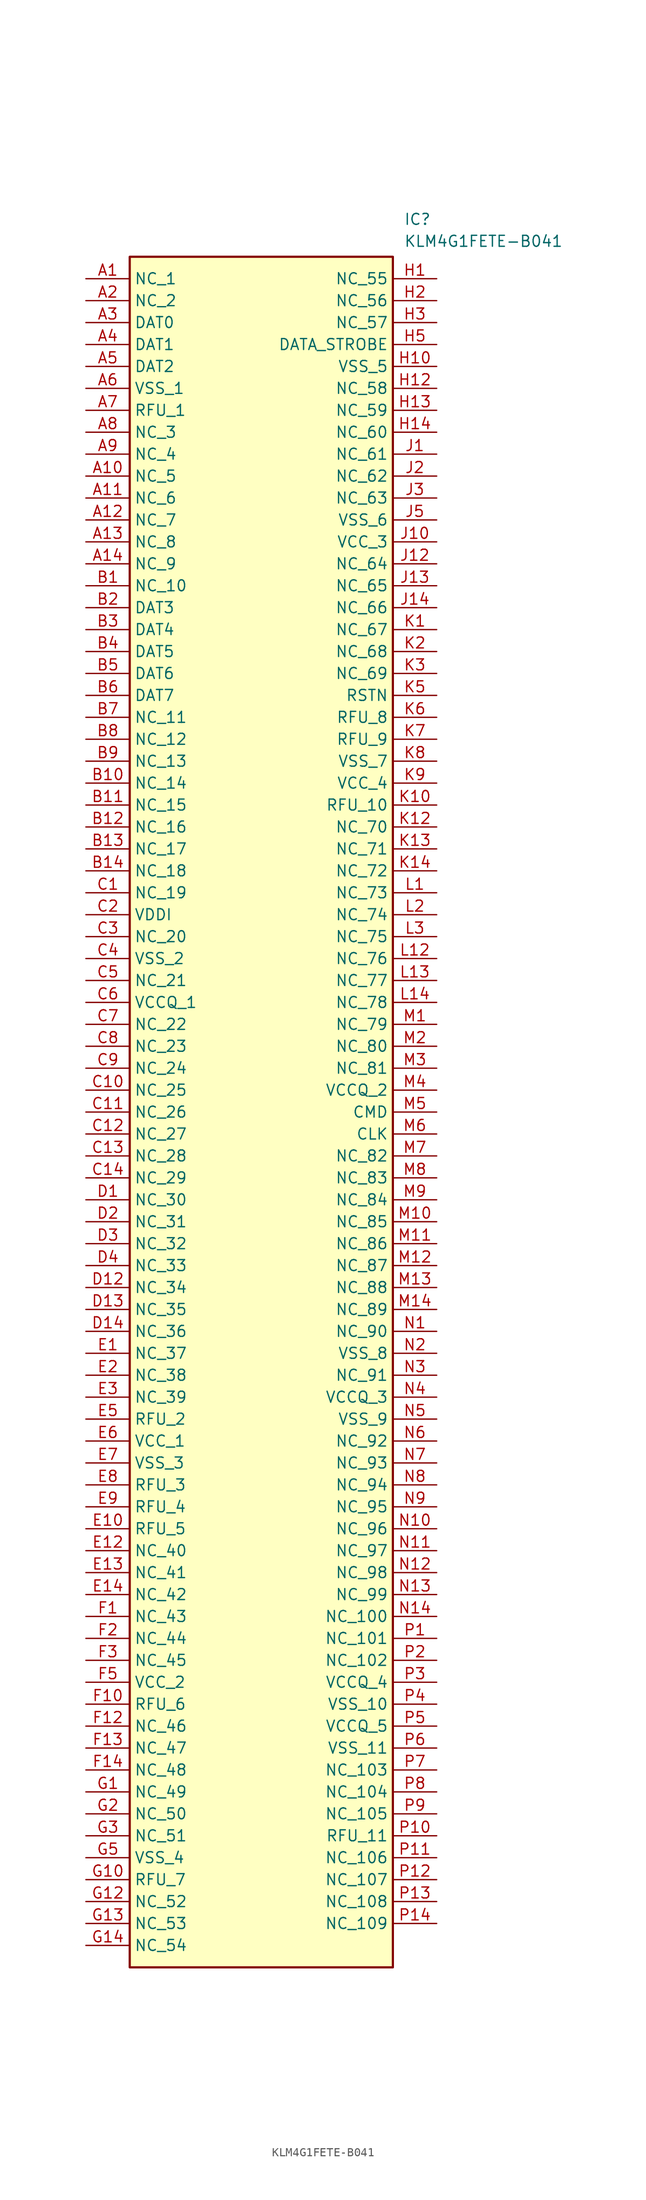
<source format=kicad_sym>
(kicad_symbol_lib
  (version 20211014)
  (generator SamacSys_ECAD_Model)
  (symbol "KLM4G1FETE-B041"
    (property "Reference" "IC"
      (at 36.83 7.62 0)
      (effects (font (size 1.27 1.27)) (justify left top)))
    (property "Value" "KLM4G1FETE-B041"
      (at 36.83 5.08 0)
      (effects (font (size 1.27 1.27)) (justify left top)))
    (rectangle
      (start 5.08 2.54)
      (end 35.56 -195.58)
      (stroke (width 0.254) (type default))
      (fill (type background)))
    (pin passive line
      (at 0 0 0)
      (length 5.08)
      (name "NC_1" (effects (font (size 1.27 1.27))))
      (number "A1" (effects (font (size 1.27 1.27)))))
    (pin passive line
      (at 0 -2.54 0)
      (length 5.08)
      (name "NC_2" (effects (font (size 1.27 1.27))))
      (number "A2" (effects (font (size 1.27 1.27)))))
    (pin passive line
      (at 0 -5.08 0)
      (length 5.08)
      (name "DAT0" (effects (font (size 1.27 1.27))))
      (number "A3" (effects (font (size 1.27 1.27)))))
    (pin passive line
      (at 0 -7.62 0)
      (length 5.08)
      (name "DAT1" (effects (font (size 1.27 1.27))))
      (number "A4" (effects (font (size 1.27 1.27)))))
    (pin passive line
      (at 0 -10.16 0)
      (length 5.08)
      (name "DAT2" (effects (font (size 1.27 1.27))))
      (number "A5" (effects (font (size 1.27 1.27)))))
    (pin passive line
      (at 0 -12.7 0)
      (length 5.08)
      (name "VSS_1" (effects (font (size 1.27 1.27))))
      (number "A6" (effects (font (size 1.27 1.27)))))
    (pin passive line
      (at 0 -15.24 0)
      (length 5.08)
      (name "RFU_1" (effects (font (size 1.27 1.27))))
      (number "A7" (effects (font (size 1.27 1.27)))))
    (pin passive line
      (at 0 -17.78 0)
      (length 5.08)
      (name "NC_3" (effects (font (size 1.27 1.27))))
      (number "A8" (effects (font (size 1.27 1.27)))))
    (pin passive line
      (at 0 -20.32 0)
      (length 5.08)
      (name "NC_4" (effects (font (size 1.27 1.27))))
      (number "A9" (effects (font (size 1.27 1.27)))))
    (pin passive line
      (at 0 -22.86 0)
      (length 5.08)
      (name "NC_5" (effects (font (size 1.27 1.27))))
      (number "A10" (effects (font (size 1.27 1.27)))))
    (pin passive line
      (at 0 -25.4 0)
      (length 5.08)
      (name "NC_6" (effects (font (size 1.27 1.27))))
      (number "A11" (effects (font (size 1.27 1.27)))))
    (pin passive line
      (at 0 -27.94 0)
      (length 5.08)
      (name "NC_7" (effects (font (size 1.27 1.27))))
      (number "A12" (effects (font (size 1.27 1.27)))))
    (pin passive line
      (at 0 -30.48 0)
      (length 5.08)
      (name "NC_8" (effects (font (size 1.27 1.27))))
      (number "A13" (effects (font (size 1.27 1.27)))))
    (pin passive line
      (at 0 -33.02 0)
      (length 5.08)
      (name "NC_9" (effects (font (size 1.27 1.27))))
      (number "A14" (effects (font (size 1.27 1.27)))))
    (pin passive line
      (at 0 -35.56 0)
      (length 5.08)
      (name "NC_10" (effects (font (size 1.27 1.27))))
      (number "B1" (effects (font (size 1.27 1.27)))))
    (pin passive line
      (at 0 -38.1 0)
      (length 5.08)
      (name "DAT3" (effects (font (size 1.27 1.27))))
      (number "B2" (effects (font (size 1.27 1.27)))))
    (pin passive line
      (at 0 -40.64 0)
      (length 5.08)
      (name "DAT4" (effects (font (size 1.27 1.27))))
      (number "B3" (effects (font (size 1.27 1.27)))))
    (pin passive line
      (at 0 -43.18 0)
      (length 5.08)
      (name "DAT5" (effects (font (size 1.27 1.27))))
      (number "B4" (effects (font (size 1.27 1.27)))))
    (pin passive line
      (at 0 -45.72 0)
      (length 5.08)
      (name "DAT6" (effects (font (size 1.27 1.27))))
      (number "B5" (effects (font (size 1.27 1.27)))))
    (pin passive line
      (at 0 -48.26 0)
      (length 5.08)
      (name "DAT7" (effects (font (size 1.27 1.27))))
      (number "B6" (effects (font (size 1.27 1.27)))))
    (pin passive line
      (at 0 -50.8 0)
      (length 5.08)
      (name "NC_11" (effects (font (size 1.27 1.27))))
      (number "B7" (effects (font (size 1.27 1.27)))))
    (pin passive line
      (at 0 -53.34 0)
      (length 5.08)
      (name "NC_12" (effects (font (size 1.27 1.27))))
      (number "B8" (effects (font (size 1.27 1.27)))))
    (pin passive line
      (at 0 -55.88 0)
      (length 5.08)
      (name "NC_13" (effects (font (size 1.27 1.27))))
      (number "B9" (effects (font (size 1.27 1.27)))))
    (pin passive line
      (at 0 -58.42 0)
      (length 5.08)
      (name "NC_14" (effects (font (size 1.27 1.27))))
      (number "B10" (effects (font (size 1.27 1.27)))))
    (pin passive line
      (at 0 -60.96 0)
      (length 5.08)
      (name "NC_15" (effects (font (size 1.27 1.27))))
      (number "B11" (effects (font (size 1.27 1.27)))))
    (pin passive line
      (at 0 -63.5 0)
      (length 5.08)
      (name "NC_16" (effects (font (size 1.27 1.27))))
      (number "B12" (effects (font (size 1.27 1.27)))))
    (pin passive line
      (at 0 -66.04 0)
      (length 5.08)
      (name "NC_17" (effects (font (size 1.27 1.27))))
      (number "B13" (effects (font (size 1.27 1.27)))))
    (pin passive line
      (at 0 -68.58 0)
      (length 5.08)
      (name "NC_18" (effects (font (size 1.27 1.27))))
      (number "B14" (effects (font (size 1.27 1.27)))))
    (pin passive line
      (at 0 -71.12 0)
      (length 5.08)
      (name "NC_19" (effects (font (size 1.27 1.27))))
      (number "C1" (effects (font (size 1.27 1.27)))))
    (pin passive line
      (at 0 -73.66 0)
      (length 5.08)
      (name "VDDI" (effects (font (size 1.27 1.27))))
      (number "C2" (effects (font (size 1.27 1.27)))))
    (pin passive line
      (at 0 -76.2 0)
      (length 5.08)
      (name "NC_20" (effects (font (size 1.27 1.27))))
      (number "C3" (effects (font (size 1.27 1.27)))))
    (pin passive line
      (at 0 -78.74 0)
      (length 5.08)
      (name "VSS_2" (effects (font (size 1.27 1.27))))
      (number "C4" (effects (font (size 1.27 1.27)))))
    (pin passive line
      (at 0 -81.28 0)
      (length 5.08)
      (name "NC_21" (effects (font (size 1.27 1.27))))
      (number "C5" (effects (font (size 1.27 1.27)))))
    (pin passive line
      (at 0 -83.82 0)
      (length 5.08)
      (name "VCCQ_1" (effects (font (size 1.27 1.27))))
      (number "C6" (effects (font (size 1.27 1.27)))))
    (pin passive line
      (at 0 -86.36 0)
      (length 5.08)
      (name "NC_22" (effects (font (size 1.27 1.27))))
      (number "C7" (effects (font (size 1.27 1.27)))))
    (pin passive line
      (at 0 -88.9 0)
      (length 5.08)
      (name "NC_23" (effects (font (size 1.27 1.27))))
      (number "C8" (effects (font (size 1.27 1.27)))))
    (pin passive line
      (at 0 -91.44 0)
      (length 5.08)
      (name "NC_24" (effects (font (size 1.27 1.27))))
      (number "C9" (effects (font (size 1.27 1.27)))))
    (pin passive line
      (at 0 -93.98 0)
      (length 5.08)
      (name "NC_25" (effects (font (size 1.27 1.27))))
      (number "C10" (effects (font (size 1.27 1.27)))))
    (pin passive line
      (at 0 -96.52 0)
      (length 5.08)
      (name "NC_26" (effects (font (size 1.27 1.27))))
      (number "C11" (effects (font (size 1.27 1.27)))))
    (pin passive line
      (at 0 -99.06 0)
      (length 5.08)
      (name "NC_27" (effects (font (size 1.27 1.27))))
      (number "C12" (effects (font (size 1.27 1.27)))))
    (pin passive line
      (at 0 -101.6 0)
      (length 5.08)
      (name "NC_28" (effects (font (size 1.27 1.27))))
      (number "C13" (effects (font (size 1.27 1.27)))))
    (pin passive line
      (at 0 -104.14 0)
      (length 5.08)
      (name "NC_29" (effects (font (size 1.27 1.27))))
      (number "C14" (effects (font (size 1.27 1.27)))))
    (pin passive line
      (at 0 -106.68 0)
      (length 5.08)
      (name "NC_30" (effects (font (size 1.27 1.27))))
      (number "D1" (effects (font (size 1.27 1.27)))))
    (pin passive line
      (at 0 -109.22 0)
      (length 5.08)
      (name "NC_31" (effects (font (size 1.27 1.27))))
      (number "D2" (effects (font (size 1.27 1.27)))))
    (pin passive line
      (at 0 -111.76 0)
      (length 5.08)
      (name "NC_32" (effects (font (size 1.27 1.27))))
      (number "D3" (effects (font (size 1.27 1.27)))))
    (pin passive line
      (at 0 -114.3 0)
      (length 5.08)
      (name "NC_33" (effects (font (size 1.27 1.27))))
      (number "D4" (effects (font (size 1.27 1.27)))))
    (pin passive line
      (at 0 -116.84 0)
      (length 5.08)
      (name "NC_34" (effects (font (size 1.27 1.27))))
      (number "D12" (effects (font (size 1.27 1.27)))))
    (pin passive line
      (at 0 -119.38 0)
      (length 5.08)
      (name "NC_35" (effects (font (size 1.27 1.27))))
      (number "D13" (effects (font (size 1.27 1.27)))))
    (pin passive line
      (at 0 -121.92 0)
      (length 5.08)
      (name "NC_36" (effects (font (size 1.27 1.27))))
      (number "D14" (effects (font (size 1.27 1.27)))))
    (pin passive line
      (at 0 -124.46 0)
      (length 5.08)
      (name "NC_37" (effects (font (size 1.27 1.27))))
      (number "E1" (effects (font (size 1.27 1.27)))))
    (pin passive line
      (at 0 -127 0)
      (length 5.08)
      (name "NC_38" (effects (font (size 1.27 1.27))))
      (number "E2" (effects (font (size 1.27 1.27)))))
    (pin passive line
      (at 0 -129.54 0)
      (length 5.08)
      (name "NC_39" (effects (font (size 1.27 1.27))))
      (number "E3" (effects (font (size 1.27 1.27)))))
    (pin passive line
      (at 0 -132.08 0)
      (length 5.08)
      (name "RFU_2" (effects (font (size 1.27 1.27))))
      (number "E5" (effects (font (size 1.27 1.27)))))
    (pin passive line
      (at 0 -134.62 0)
      (length 5.08)
      (name "VCC_1" (effects (font (size 1.27 1.27))))
      (number "E6" (effects (font (size 1.27 1.27)))))
    (pin passive line
      (at 0 -137.16 0)
      (length 5.08)
      (name "VSS_3" (effects (font (size 1.27 1.27))))
      (number "E7" (effects (font (size 1.27 1.27)))))
    (pin passive line
      (at 0 -139.7 0)
      (length 5.08)
      (name "RFU_3" (effects (font (size 1.27 1.27))))
      (number "E8" (effects (font (size 1.27 1.27)))))
    (pin passive line
      (at 0 -142.24 0)
      (length 5.08)
      (name "RFU_4" (effects (font (size 1.27 1.27))))
      (number "E9" (effects (font (size 1.27 1.27)))))
    (pin passive line
      (at 0 -144.78 0)
      (length 5.08)
      (name "RFU_5" (effects (font (size 1.27 1.27))))
      (number "E10" (effects (font (size 1.27 1.27)))))
    (pin passive line
      (at 0 -147.32 0)
      (length 5.08)
      (name "NC_40" (effects (font (size 1.27 1.27))))
      (number "E12" (effects (font (size 1.27 1.27)))))
    (pin passive line
      (at 0 -149.86 0)
      (length 5.08)
      (name "NC_41" (effects (font (size 1.27 1.27))))
      (number "E13" (effects (font (size 1.27 1.27)))))
    (pin passive line
      (at 0 -152.4 0)
      (length 5.08)
      (name "NC_42" (effects (font (size 1.27 1.27))))
      (number "E14" (effects (font (size 1.27 1.27)))))
    (pin passive line
      (at 0 -154.94 0)
      (length 5.08)
      (name "NC_43" (effects (font (size 1.27 1.27))))
      (number "F1" (effects (font (size 1.27 1.27)))))
    (pin passive line
      (at 0 -157.48 0)
      (length 5.08)
      (name "NC_44" (effects (font (size 1.27 1.27))))
      (number "F2" (effects (font (size 1.27 1.27)))))
    (pin passive line
      (at 0 -160.02 0)
      (length 5.08)
      (name "NC_45" (effects (font (size 1.27 1.27))))
      (number "F3" (effects (font (size 1.27 1.27)))))
    (pin passive line
      (at 0 -162.56 0)
      (length 5.08)
      (name "VCC_2" (effects (font (size 1.27 1.27))))
      (number "F5" (effects (font (size 1.27 1.27)))))
    (pin passive line
      (at 0 -165.1 0)
      (length 5.08)
      (name "RFU_6" (effects (font (size 1.27 1.27))))
      (number "F10" (effects (font (size 1.27 1.27)))))
    (pin passive line
      (at 0 -167.64 0)
      (length 5.08)
      (name "NC_46" (effects (font (size 1.27 1.27))))
      (number "F12" (effects (font (size 1.27 1.27)))))
    (pin passive line
      (at 0 -170.18 0)
      (length 5.08)
      (name "NC_47" (effects (font (size 1.27 1.27))))
      (number "F13" (effects (font (size 1.27 1.27)))))
    (pin passive line
      (at 0 -172.72 0)
      (length 5.08)
      (name "NC_48" (effects (font (size 1.27 1.27))))
      (number "F14" (effects (font (size 1.27 1.27)))))
    (pin passive line
      (at 0 -175.26 0)
      (length 5.08)
      (name "NC_49" (effects (font (size 1.27 1.27))))
      (number "G1" (effects (font (size 1.27 1.27)))))
    (pin passive line
      (at 0 -177.8 0)
      (length 5.08)
      (name "NC_50" (effects (font (size 1.27 1.27))))
      (number "G2" (effects (font (size 1.27 1.27)))))
    (pin passive line
      (at 0 -180.34 0)
      (length 5.08)
      (name "NC_51" (effects (font (size 1.27 1.27))))
      (number "G3" (effects (font (size 1.27 1.27)))))
    (pin passive line
      (at 0 -182.88 0)
      (length 5.08)
      (name "VSS_4" (effects (font (size 1.27 1.27))))
      (number "G5" (effects (font (size 1.27 1.27)))))
    (pin passive line
      (at 0 -185.42 0)
      (length 5.08)
      (name "RFU_7" (effects (font (size 1.27 1.27))))
      (number "G10" (effects (font (size 1.27 1.27)))))
    (pin passive line
      (at 0 -187.96 0)
      (length 5.08)
      (name "NC_52" (effects (font (size 1.27 1.27))))
      (number "G12" (effects (font (size 1.27 1.27)))))
    (pin passive line
      (at 0 -190.5 0)
      (length 5.08)
      (name "NC_53" (effects (font (size 1.27 1.27))))
      (number "G13" (effects (font (size 1.27 1.27)))))
    (pin passive line
      (at 0 -193.04 0)
      (length 5.08)
      (name "NC_54" (effects (font (size 1.27 1.27))))
      (number "G14" (effects (font (size 1.27 1.27)))))
    (pin passive line
      (at 40.64 0 180)
      (length 5.08)
      (name "NC_55" (effects (font (size 1.27 1.27))))
      (number "H1" (effects (font (size 1.27 1.27)))))
    (pin passive line
      (at 40.64 -2.54 180)
      (length 5.08)
      (name "NC_56" (effects (font (size 1.27 1.27))))
      (number "H2" (effects (font (size 1.27 1.27)))))
    (pin passive line
      (at 40.64 -5.08 180)
      (length 5.08)
      (name "NC_57" (effects (font (size 1.27 1.27))))
      (number "H3" (effects (font (size 1.27 1.27)))))
    (pin passive line
      (at 40.64 -7.62 180)
      (length 5.08)
      (name "DATA_STROBE" (effects (font (size 1.27 1.27))))
      (number "H5" (effects (font (size 1.27 1.27)))))
    (pin passive line
      (at 40.64 -10.16 180)
      (length 5.08)
      (name "VSS_5" (effects (font (size 1.27 1.27))))
      (number "H10" (effects (font (size 1.27 1.27)))))
    (pin passive line
      (at 40.64 -12.7 180)
      (length 5.08)
      (name "NC_58" (effects (font (size 1.27 1.27))))
      (number "H12" (effects (font (size 1.27 1.27)))))
    (pin passive line
      (at 40.64 -15.24 180)
      (length 5.08)
      (name "NC_59" (effects (font (size 1.27 1.27))))
      (number "H13" (effects (font (size 1.27 1.27)))))
    (pin passive line
      (at 40.64 -17.78 180)
      (length 5.08)
      (name "NC_60" (effects (font (size 1.27 1.27))))
      (number "H14" (effects (font (size 1.27 1.27)))))
    (pin passive line
      (at 40.64 -20.32 180)
      (length 5.08)
      (name "NC_61" (effects (font (size 1.27 1.27))))
      (number "J1" (effects (font (size 1.27 1.27)))))
    (pin passive line
      (at 40.64 -22.86 180)
      (length 5.08)
      (name "NC_62" (effects (font (size 1.27 1.27))))
      (number "J2" (effects (font (size 1.27 1.27)))))
    (pin passive line
      (at 40.64 -25.4 180)
      (length 5.08)
      (name "NC_63" (effects (font (size 1.27 1.27))))
      (number "J3" (effects (font (size 1.27 1.27)))))
    (pin passive line
      (at 40.64 -27.94 180)
      (length 5.08)
      (name "VSS_6" (effects (font (size 1.27 1.27))))
      (number "J5" (effects (font (size 1.27 1.27)))))
    (pin passive line
      (at 40.64 -30.48 180)
      (length 5.08)
      (name "VCC_3" (effects (font (size 1.27 1.27))))
      (number "J10" (effects (font (size 1.27 1.27)))))
    (pin passive line
      (at 40.64 -33.02 180)
      (length 5.08)
      (name "NC_64" (effects (font (size 1.27 1.27))))
      (number "J12" (effects (font (size 1.27 1.27)))))
    (pin passive line
      (at 40.64 -35.56 180)
      (length 5.08)
      (name "NC_65" (effects (font (size 1.27 1.27))))
      (number "J13" (effects (font (size 1.27 1.27)))))
    (pin passive line
      (at 40.64 -38.1 180)
      (length 5.08)
      (name "NC_66" (effects (font (size 1.27 1.27))))
      (number "J14" (effects (font (size 1.27 1.27)))))
    (pin passive line
      (at 40.64 -40.64 180)
      (length 5.08)
      (name "NC_67" (effects (font (size 1.27 1.27))))
      (number "K1" (effects (font (size 1.27 1.27)))))
    (pin passive line
      (at 40.64 -43.18 180)
      (length 5.08)
      (name "NC_68" (effects (font (size 1.27 1.27))))
      (number "K2" (effects (font (size 1.27 1.27)))))
    (pin passive line
      (at 40.64 -45.72 180)
      (length 5.08)
      (name "NC_69" (effects (font (size 1.27 1.27))))
      (number "K3" (effects (font (size 1.27 1.27)))))
    (pin passive line
      (at 40.64 -48.26 180)
      (length 5.08)
      (name "RSTN" (effects (font (size 1.27 1.27))))
      (number "K5" (effects (font (size 1.27 1.27)))))
    (pin passive line
      (at 40.64 -50.8 180)
      (length 5.08)
      (name "RFU_8" (effects (font (size 1.27 1.27))))
      (number "K6" (effects (font (size 1.27 1.27)))))
    (pin passive line
      (at 40.64 -53.34 180)
      (length 5.08)
      (name "RFU_9" (effects (font (size 1.27 1.27))))
      (number "K7" (effects (font (size 1.27 1.27)))))
    (pin passive line
      (at 40.64 -55.88 180)
      (length 5.08)
      (name "VSS_7" (effects (font (size 1.27 1.27))))
      (number "K8" (effects (font (size 1.27 1.27)))))
    (pin passive line
      (at 40.64 -58.42 180)
      (length 5.08)
      (name "VCC_4" (effects (font (size 1.27 1.27))))
      (number "K9" (effects (font (size 1.27 1.27)))))
    (pin passive line
      (at 40.64 -60.96 180)
      (length 5.08)
      (name "RFU_10" (effects (font (size 1.27 1.27))))
      (number "K10" (effects (font (size 1.27 1.27)))))
    (pin passive line
      (at 40.64 -63.5 180)
      (length 5.08)
      (name "NC_70" (effects (font (size 1.27 1.27))))
      (number "K12" (effects (font (size 1.27 1.27)))))
    (pin passive line
      (at 40.64 -66.04 180)
      (length 5.08)
      (name "NC_71" (effects (font (size 1.27 1.27))))
      (number "K13" (effects (font (size 1.27 1.27)))))
    (pin passive line
      (at 40.64 -68.58 180)
      (length 5.08)
      (name "NC_72" (effects (font (size 1.27 1.27))))
      (number "K14" (effects (font (size 1.27 1.27)))))
    (pin passive line
      (at 40.64 -71.12 180)
      (length 5.08)
      (name "NC_73" (effects (font (size 1.27 1.27))))
      (number "L1" (effects (font (size 1.27 1.27)))))
    (pin passive line
      (at 40.64 -73.66 180)
      (length 5.08)
      (name "NC_74" (effects (font (size 1.27 1.27))))
      (number "L2" (effects (font (size 1.27 1.27)))))
    (pin passive line
      (at 40.64 -76.2 180)
      (length 5.08)
      (name "NC_75" (effects (font (size 1.27 1.27))))
      (number "L3" (effects (font (size 1.27 1.27)))))
    (pin passive line
      (at 40.64 -78.74 180)
      (length 5.08)
      (name "NC_76" (effects (font (size 1.27 1.27))))
      (number "L12" (effects (font (size 1.27 1.27)))))
    (pin passive line
      (at 40.64 -81.28 180)
      (length 5.08)
      (name "NC_77" (effects (font (size 1.27 1.27))))
      (number "L13" (effects (font (size 1.27 1.27)))))
    (pin passive line
      (at 40.64 -83.82 180)
      (length 5.08)
      (name "NC_78" (effects (font (size 1.27 1.27))))
      (number "L14" (effects (font (size 1.27 1.27)))))
    (pin passive line
      (at 40.64 -86.36 180)
      (length 5.08)
      (name "NC_79" (effects (font (size 1.27 1.27))))
      (number "M1" (effects (font (size 1.27 1.27)))))
    (pin passive line
      (at 40.64 -88.9 180)
      (length 5.08)
      (name "NC_80" (effects (font (size 1.27 1.27))))
      (number "M2" (effects (font (size 1.27 1.27)))))
    (pin passive line
      (at 40.64 -91.44 180)
      (length 5.08)
      (name "NC_81" (effects (font (size 1.27 1.27))))
      (number "M3" (effects (font (size 1.27 1.27)))))
    (pin passive line
      (at 40.64 -93.98 180)
      (length 5.08)
      (name "VCCQ_2" (effects (font (size 1.27 1.27))))
      (number "M4" (effects (font (size 1.27 1.27)))))
    (pin passive line
      (at 40.64 -96.52 180)
      (length 5.08)
      (name "CMD" (effects (font (size 1.27 1.27))))
      (number "M5" (effects (font (size 1.27 1.27)))))
    (pin passive line
      (at 40.64 -99.06 180)
      (length 5.08)
      (name "CLK" (effects (font (size 1.27 1.27))))
      (number "M6" (effects (font (size 1.27 1.27)))))
    (pin passive line
      (at 40.64 -101.6 180)
      (length 5.08)
      (name "NC_82" (effects (font (size 1.27 1.27))))
      (number "M7" (effects (font (size 1.27 1.27)))))
    (pin passive line
      (at 40.64 -104.14 180)
      (length 5.08)
      (name "NC_83" (effects (font (size 1.27 1.27))))
      (number "M8" (effects (font (size 1.27 1.27)))))
    (pin passive line
      (at 40.64 -106.68 180)
      (length 5.08)
      (name "NC_84" (effects (font (size 1.27 1.27))))
      (number "M9" (effects (font (size 1.27 1.27)))))
    (pin passive line
      (at 40.64 -109.22 180)
      (length 5.08)
      (name "NC_85" (effects (font (size 1.27 1.27))))
      (number "M10" (effects (font (size 1.27 1.27)))))
    (pin passive line
      (at 40.64 -111.76 180)
      (length 5.08)
      (name "NC_86" (effects (font (size 1.27 1.27))))
      (number "M11" (effects (font (size 1.27 1.27)))))
    (pin passive line
      (at 40.64 -114.3 180)
      (length 5.08)
      (name "NC_87" (effects (font (size 1.27 1.27))))
      (number "M12" (effects (font (size 1.27 1.27)))))
    (pin passive line
      (at 40.64 -116.84 180)
      (length 5.08)
      (name "NC_88" (effects (font (size 1.27 1.27))))
      (number "M13" (effects (font (size 1.27 1.27)))))
    (pin passive line
      (at 40.64 -119.38 180)
      (length 5.08)
      (name "NC_89" (effects (font (size 1.27 1.27))))
      (number "M14" (effects (font (size 1.27 1.27)))))
    (pin passive line
      (at 40.64 -121.92 180)
      (length 5.08)
      (name "NC_90" (effects (font (size 1.27 1.27))))
      (number "N1" (effects (font (size 1.27 1.27)))))
    (pin passive line
      (at 40.64 -124.46 180)
      (length 5.08)
      (name "VSS_8" (effects (font (size 1.27 1.27))))
      (number "N2" (effects (font (size 1.27 1.27)))))
    (pin passive line
      (at 40.64 -127 180)
      (length 5.08)
      (name "NC_91" (effects (font (size 1.27 1.27))))
      (number "N3" (effects (font (size 1.27 1.27)))))
    (pin passive line
      (at 40.64 -129.54 180)
      (length 5.08)
      (name "VCCQ_3" (effects (font (size 1.27 1.27))))
      (number "N4" (effects (font (size 1.27 1.27)))))
    (pin passive line
      (at 40.64 -132.08 180)
      (length 5.08)
      (name "VSS_9" (effects (font (size 1.27 1.27))))
      (number "N5" (effects (font (size 1.27 1.27)))))
    (pin passive line
      (at 40.64 -134.62 180)
      (length 5.08)
      (name "NC_92" (effects (font (size 1.27 1.27))))
      (number "N6" (effects (font (size 1.27 1.27)))))
    (pin passive line
      (at 40.64 -137.16 180)
      (length 5.08)
      (name "NC_93" (effects (font (size 1.27 1.27))))
      (number "N7" (effects (font (size 1.27 1.27)))))
    (pin passive line
      (at 40.64 -139.7 180)
      (length 5.08)
      (name "NC_94" (effects (font (size 1.27 1.27))))
      (number "N8" (effects (font (size 1.27 1.27)))))
    (pin passive line
      (at 40.64 -142.24 180)
      (length 5.08)
      (name "NC_95" (effects (font (size 1.27 1.27))))
      (number "N9" (effects (font (size 1.27 1.27)))))
    (pin passive line
      (at 40.64 -144.78 180)
      (length 5.08)
      (name "NC_96" (effects (font (size 1.27 1.27))))
      (number "N10" (effects (font (size 1.27 1.27)))))
    (pin passive line
      (at 40.64 -147.32 180)
      (length 5.08)
      (name "NC_97" (effects (font (size 1.27 1.27))))
      (number "N11" (effects (font (size 1.27 1.27)))))
    (pin passive line
      (at 40.64 -149.86 180)
      (length 5.08)
      (name "NC_98" (effects (font (size 1.27 1.27))))
      (number "N12" (effects (font (size 1.27 1.27)))))
    (pin passive line
      (at 40.64 -152.4 180)
      (length 5.08)
      (name "NC_99" (effects (font (size 1.27 1.27))))
      (number "N13" (effects (font (size 1.27 1.27)))))
    (pin passive line
      (at 40.64 -154.94 180)
      (length 5.08)
      (name "NC_100" (effects (font (size 1.27 1.27))))
      (number "N14" (effects (font (size 1.27 1.27)))))
    (pin passive line
      (at 40.64 -157.48 180)
      (length 5.08)
      (name "NC_101" (effects (font (size 1.27 1.27))))
      (number "P1" (effects (font (size 1.27 1.27)))))
    (pin passive line
      (at 40.64 -160.02 180)
      (length 5.08)
      (name "NC_102" (effects (font (size 1.27 1.27))))
      (number "P2" (effects (font (size 1.27 1.27)))))
    (pin passive line
      (at 40.64 -162.56 180)
      (length 5.08)
      (name "VCCQ_4" (effects (font (size 1.27 1.27))))
      (number "P3" (effects (font (size 1.27 1.27)))))
    (pin passive line
      (at 40.64 -165.1 180)
      (length 5.08)
      (name "VSS_10" (effects (font (size 1.27 1.27))))
      (number "P4" (effects (font (size 1.27 1.27)))))
    (pin passive line
      (at 40.64 -167.64 180)
      (length 5.08)
      (name "VCCQ_5" (effects (font (size 1.27 1.27))))
      (number "P5" (effects (font (size 1.27 1.27)))))
    (pin passive line
      (at 40.64 -170.18 180)
      (length 5.08)
      (name "VSS_11" (effects (font (size 1.27 1.27))))
      (number "P6" (effects (font (size 1.27 1.27)))))
    (pin passive line
      (at 40.64 -172.72 180)
      (length 5.08)
      (name "NC_103" (effects (font (size 1.27 1.27))))
      (number "P7" (effects (font (size 1.27 1.27)))))
    (pin passive line
      (at 40.64 -175.26 180)
      (length 5.08)
      (name "NC_104" (effects (font (size 1.27 1.27))))
      (number "P8" (effects (font (size 1.27 1.27)))))
    (pin passive line
      (at 40.64 -177.8 180)
      (length 5.08)
      (name "NC_105" (effects (font (size 1.27 1.27))))
      (number "P9" (effects (font (size 1.27 1.27)))))
    (pin passive line
      (at 40.64 -180.34 180)
      (length 5.08)
      (name "RFU_11" (effects (font (size 1.27 1.27))))
      (number "P10" (effects (font (size 1.27 1.27)))))
    (pin passive line
      (at 40.64 -182.88 180)
      (length 5.08)
      (name "NC_106" (effects (font (size 1.27 1.27))))
      (number "P11" (effects (font (size 1.27 1.27)))))
    (pin passive line
      (at 40.64 -185.42 180)
      (length 5.08)
      (name "NC_107" (effects (font (size 1.27 1.27))))
      (number "P12" (effects (font (size 1.27 1.27)))))
    (pin passive line
      (at 40.64 -187.96 180)
      (length 5.08)
      (name "NC_108" (effects (font (size 1.27 1.27))))
      (number "P13" (effects (font (size 1.27 1.27)))))
    (pin passive line
      (at 40.64 -190.5 180)
      (length 5.08)
      (name "NC_109" (effects (font (size 1.27 1.27))))
      (number "P14" (effects (font (size 1.27 1.27)))))))
</source>
